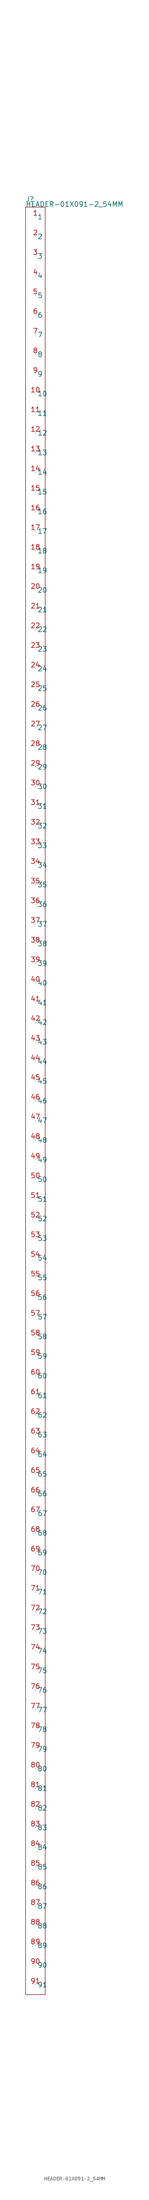
<source format=kicad_sym>
(kicad_symbol_lib
  (version 20211014)
  (generator kicad_symbol_editor)
  (symbol "HEADER-01X091-2_54MM"
    (pin_names)
    (property "Reference" "J"
      (at -2.54 232.41 0)
      (effects (font (size 1.27 1.27)) (justify left bottom)))
    (property "Value" "HEADER-01X091-2_54MM"
      (at -2.54 231.14 0)
      (effects (font (size 1.27 1.27)) (justify left bottom)))
    (property "Datasheet" ""
      (at 0 0 0))
    (property "ki_description" "Header 1x91  - Header Vertical 91POS 2.54MM Technical Specifications: Pitch: 0.1\" (2.54mm) "
      (at 0 0 0))
    (property "ki_fp_filters" "FlashPCB_Connectors:HEADER-THT-01X091-2_54MM FlashPCB_Connectors:HEADER-THT-LONG-01X091-2_54MM FlashPCB_Connectors:HEADER-THT-NOSILK-01X091-2_54MM FlashPCB_Connectors:HEADER-THT-LONG-NOSILK-01X091-2_54MM"
      (at 0 0 0))
    (symbol "HEADER-01X091-2_54MM_1_1"
      (polyline (pts (xy -2.54 231.14) (xy 2.54 231.14)) (stroke (width 0.127)) (fill (type none)))
      (polyline (pts (xy 2.54 231.14) (xy 2.54 -231.14)) (stroke (width 0.127)) (fill (type none)))
      (polyline (pts (xy 2.54 -231.14) (xy -2.54 -231.14)) (stroke (width 0.127)) (fill (type none)))
      (polyline (pts (xy -2.54 -231.14) (xy -2.54 231.14)) (stroke (width 0.127)) (fill (type none)))
      (pin bidirectional line (at 0 228.6 0) (length 0) (name "1" (effects (font (size 1.27 1.27)))) (number "1" (effects (font (size 1.27 1.27)))))
      (pin bidirectional line (at 0 223.52 0) (length 0) (name "2" (effects (font (size 1.27 1.27)))) (number "2" (effects (font (size 1.27 1.27)))))
      (pin bidirectional line (at 0 218.44 0) (length 0) (name "3" (effects (font (size 1.27 1.27)))) (number "3" (effects (font (size 1.27 1.27)))))
      (pin bidirectional line (at 0 213.36 0) (length 0) (name "4" (effects (font (size 1.27 1.27)))) (number "4" (effects (font (size 1.27 1.27)))))
      (pin bidirectional line (at 0 208.28 0) (length 0) (name "5" (effects (font (size 1.27 1.27)))) (number "5" (effects (font (size 1.27 1.27)))))
      (pin bidirectional line (at 0 203.2 0) (length 0) (name "6" (effects (font (size 1.27 1.27)))) (number "6" (effects (font (size 1.27 1.27)))))
      (pin bidirectional line (at 0 198.12 0) (length 0) (name "7" (effects (font (size 1.27 1.27)))) (number "7" (effects (font (size 1.27 1.27)))))
      (pin bidirectional line (at 0 193.04 0) (length 0) (name "8" (effects (font (size 1.27 1.27)))) (number "8" (effects (font (size 1.27 1.27)))))
      (pin bidirectional line (at 0 187.96 0) (length 0) (name "9" (effects (font (size 1.27 1.27)))) (number "9" (effects (font (size 1.27 1.27)))))
      (pin bidirectional line (at 0 182.88 0) (length 0) (name "10" (effects (font (size 1.27 1.27)))) (number "10" (effects (font (size 1.27 1.27)))))
      (pin bidirectional line (at 0 177.8 0) (length 0) (name "11" (effects (font (size 1.27 1.27)))) (number "11" (effects (font (size 1.27 1.27)))))
      (pin bidirectional line (at 0 172.72 0) (length 0) (name "12" (effects (font (size 1.27 1.27)))) (number "12" (effects (font (size 1.27 1.27)))))
      (pin bidirectional line (at 0 167.64 0) (length 0) (name "13" (effects (font (size 1.27 1.27)))) (number "13" (effects (font (size 1.27 1.27)))))
      (pin bidirectional line (at 0 162.56 0) (length 0) (name "14" (effects (font (size 1.27 1.27)))) (number "14" (effects (font (size 1.27 1.27)))))
      (pin bidirectional line (at 0 157.48 0) (length 0) (name "15" (effects (font (size 1.27 1.27)))) (number "15" (effects (font (size 1.27 1.27)))))
      (pin bidirectional line (at 0 152.4 0) (length 0) (name "16" (effects (font (size 1.27 1.27)))) (number "16" (effects (font (size 1.27 1.27)))))
      (pin bidirectional line (at 0 147.32 0) (length 0) (name "17" (effects (font (size 1.27 1.27)))) (number "17" (effects (font (size 1.27 1.27)))))
      (pin bidirectional line (at 0 142.24 0) (length 0) (name "18" (effects (font (size 1.27 1.27)))) (number "18" (effects (font (size 1.27 1.27)))))
      (pin bidirectional line (at 0 137.16 0) (length 0) (name "19" (effects (font (size 1.27 1.27)))) (number "19" (effects (font (size 1.27 1.27)))))
      (pin bidirectional line (at 0 132.08 0) (length 0) (name "20" (effects (font (size 1.27 1.27)))) (number "20" (effects (font (size 1.27 1.27)))))
      (pin bidirectional line (at 0 127 0) (length 0) (name "21" (effects (font (size 1.27 1.27)))) (number "21" (effects (font (size 1.27 1.27)))))
      (pin bidirectional line (at 0 121.92 0) (length 0) (name "22" (effects (font (size 1.27 1.27)))) (number "22" (effects (font (size 1.27 1.27)))))
      (pin bidirectional line (at 0 116.84 0) (length 0) (name "23" (effects (font (size 1.27 1.27)))) (number "23" (effects (font (size 1.27 1.27)))))
      (pin bidirectional line (at 0 111.76 0) (length 0) (name "24" (effects (font (size 1.27 1.27)))) (number "24" (effects (font (size 1.27 1.27)))))
      (pin bidirectional line (at 0 106.68 0) (length 0) (name "25" (effects (font (size 1.27 1.27)))) (number "25" (effects (font (size 1.27 1.27)))))
      (pin bidirectional line (at 0 101.6 0) (length 0) (name "26" (effects (font (size 1.27 1.27)))) (number "26" (effects (font (size 1.27 1.27)))))
      (pin bidirectional line (at 0 96.52 0) (length 0) (name "27" (effects (font (size 1.27 1.27)))) (number "27" (effects (font (size 1.27 1.27)))))
      (pin bidirectional line (at 0 91.44 0) (length 0) (name "28" (effects (font (size 1.27 1.27)))) (number "28" (effects (font (size 1.27 1.27)))))
      (pin bidirectional line (at 0 86.36 0) (length 0) (name "29" (effects (font (size 1.27 1.27)))) (number "29" (effects (font (size 1.27 1.27)))))
      (pin bidirectional line (at 0 81.28 0) (length 0) (name "30" (effects (font (size 1.27 1.27)))) (number "30" (effects (font (size 1.27 1.27)))))
      (pin bidirectional line (at 0 76.2 0) (length 0) (name "31" (effects (font (size 1.27 1.27)))) (number "31" (effects (font (size 1.27 1.27)))))
      (pin bidirectional line (at 0 71.12 0) (length 0) (name "32" (effects (font (size 1.27 1.27)))) (number "32" (effects (font (size 1.27 1.27)))))
      (pin bidirectional line (at 0 66.04 0) (length 0) (name "33" (effects (font (size 1.27 1.27)))) (number "33" (effects (font (size 1.27 1.27)))))
      (pin bidirectional line (at 0 60.96 0) (length 0) (name "34" (effects (font (size 1.27 1.27)))) (number "34" (effects (font (size 1.27 1.27)))))
      (pin bidirectional line (at 0 55.88 0) (length 0) (name "35" (effects (font (size 1.27 1.27)))) (number "35" (effects (font (size 1.27 1.27)))))
      (pin bidirectional line (at 0 50.8 0) (length 0) (name "36" (effects (font (size 1.27 1.27)))) (number "36" (effects (font (size 1.27 1.27)))))
      (pin bidirectional line (at 0 45.72 0) (length 0) (name "37" (effects (font (size 1.27 1.27)))) (number "37" (effects (font (size 1.27 1.27)))))
      (pin bidirectional line (at 0 40.64 0) (length 0) (name "38" (effects (font (size 1.27 1.27)))) (number "38" (effects (font (size 1.27 1.27)))))
      (pin bidirectional line (at 0 35.56 0) (length 0) (name "39" (effects (font (size 1.27 1.27)))) (number "39" (effects (font (size 1.27 1.27)))))
      (pin bidirectional line (at 0 30.48 0) (length 0) (name "40" (effects (font (size 1.27 1.27)))) (number "40" (effects (font (size 1.27 1.27)))))
      (pin bidirectional line (at 0 25.4 0) (length 0) (name "41" (effects (font (size 1.27 1.27)))) (number "41" (effects (font (size 1.27 1.27)))))
      (pin bidirectional line (at 0 20.32 0) (length 0) (name "42" (effects (font (size 1.27 1.27)))) (number "42" (effects (font (size 1.27 1.27)))))
      (pin bidirectional line (at 0 15.24 0) (length 0) (name "43" (effects (font (size 1.27 1.27)))) (number "43" (effects (font (size 1.27 1.27)))))
      (pin bidirectional line (at 0 10.16 0) (length 0) (name "44" (effects (font (size 1.27 1.27)))) (number "44" (effects (font (size 1.27 1.27)))))
      (pin bidirectional line (at 0 5.08 0) (length 0) (name "45" (effects (font (size 1.27 1.27)))) (number "45" (effects (font (size 1.27 1.27)))))
      (pin bidirectional line (at 0 0 0) (length 0) (name "46" (effects (font (size 1.27 1.27)))) (number "46" (effects (font (size 1.27 1.27)))))
      (pin bidirectional line (at 0 -5.08 0) (length 0) (name "47" (effects (font (size 1.27 1.27)))) (number "47" (effects (font (size 1.27 1.27)))))
      (pin bidirectional line (at 0 -10.16 0) (length 0) (name "48" (effects (font (size 1.27 1.27)))) (number "48" (effects (font (size 1.27 1.27)))))
      (pin bidirectional line (at 0 -15.24 0) (length 0) (name "49" (effects (font (size 1.27 1.27)))) (number "49" (effects (font (size 1.27 1.27)))))
      (pin bidirectional line (at 0 -20.32 0) (length 0) (name "50" (effects (font (size 1.27 1.27)))) (number "50" (effects (font (size 1.27 1.27)))))
      (pin bidirectional line (at 0 -25.4 0) (length 0) (name "51" (effects (font (size 1.27 1.27)))) (number "51" (effects (font (size 1.27 1.27)))))
      (pin bidirectional line (at 0 -30.48 0) (length 0) (name "52" (effects (font (size 1.27 1.27)))) (number "52" (effects (font (size 1.27 1.27)))))
      (pin bidirectional line (at 0 -35.56 0) (length 0) (name "53" (effects (font (size 1.27 1.27)))) (number "53" (effects (font (size 1.27 1.27)))))
      (pin bidirectional line (at 0 -40.64 0) (length 0) (name "54" (effects (font (size 1.27 1.27)))) (number "54" (effects (font (size 1.27 1.27)))))
      (pin bidirectional line (at 0 -45.72 0) (length 0) (name "55" (effects (font (size 1.27 1.27)))) (number "55" (effects (font (size 1.27 1.27)))))
      (pin bidirectional line (at 0 -50.8 0) (length 0) (name "56" (effects (font (size 1.27 1.27)))) (number "56" (effects (font (size 1.27 1.27)))))
      (pin bidirectional line (at 0 -55.88 0) (length 0) (name "57" (effects (font (size 1.27 1.27)))) (number "57" (effects (font (size 1.27 1.27)))))
      (pin bidirectional line (at 0 -60.96 0) (length 0) (name "58" (effects (font (size 1.27 1.27)))) (number "58" (effects (font (size 1.27 1.27)))))
      (pin bidirectional line (at 0 -66.04 0) (length 0) (name "59" (effects (font (size 1.27 1.27)))) (number "59" (effects (font (size 1.27 1.27)))))
      (pin bidirectional line (at 0 -71.12 0) (length 0) (name "60" (effects (font (size 1.27 1.27)))) (number "60" (effects (font (size 1.27 1.27)))))
      (pin bidirectional line (at 0 -76.2 0) (length 0) (name "61" (effects (font (size 1.27 1.27)))) (number "61" (effects (font (size 1.27 1.27)))))
      (pin bidirectional line (at 0 -81.28 0) (length 0) (name "62" (effects (font (size 1.27 1.27)))) (number "62" (effects (font (size 1.27 1.27)))))
      (pin bidirectional line (at 0 -86.36 0) (length 0) (name "63" (effects (font (size 1.27 1.27)))) (number "63" (effects (font (size 1.27 1.27)))))
      (pin bidirectional line (at 0 -91.44 0) (length 0) (name "64" (effects (font (size 1.27 1.27)))) (number "64" (effects (font (size 1.27 1.27)))))
      (pin bidirectional line (at 0 -96.52 0) (length 0) (name "65" (effects (font (size 1.27 1.27)))) (number "65" (effects (font (size 1.27 1.27)))))
      (pin bidirectional line (at 0 -101.6 0) (length 0) (name "66" (effects (font (size 1.27 1.27)))) (number "66" (effects (font (size 1.27 1.27)))))
      (pin bidirectional line (at 0 -106.68 0) (length 0) (name "67" (effects (font (size 1.27 1.27)))) (number "67" (effects (font (size 1.27 1.27)))))
      (pin bidirectional line (at 0 -111.76 0) (length 0) (name "68" (effects (font (size 1.27 1.27)))) (number "68" (effects (font (size 1.27 1.27)))))
      (pin bidirectional line (at 0 -116.84 0) (length 0) (name "69" (effects (font (size 1.27 1.27)))) (number "69" (effects (font (size 1.27 1.27)))))
      (pin bidirectional line (at 0 -121.92 0) (length 0) (name "70" (effects (font (size 1.27 1.27)))) (number "70" (effects (font (size 1.27 1.27)))))
      (pin bidirectional line (at 0 -127 0) (length 0) (name "71" (effects (font (size 1.27 1.27)))) (number "71" (effects (font (size 1.27 1.27)))))
      (pin bidirectional line (at 0 -132.08 0) (length 0) (name "72" (effects (font (size 1.27 1.27)))) (number "72" (effects (font (size 1.27 1.27)))))
      (pin bidirectional line (at 0 -137.16 0) (length 0) (name "73" (effects (font (size 1.27 1.27)))) (number "73" (effects (font (size 1.27 1.27)))))
      (pin bidirectional line (at 0 -142.24 0) (length 0) (name "74" (effects (font (size 1.27 1.27)))) (number "74" (effects (font (size 1.27 1.27)))))
      (pin bidirectional line (at 0 -147.32 0) (length 0) (name "75" (effects (font (size 1.27 1.27)))) (number "75" (effects (font (size 1.27 1.27)))))
      (pin bidirectional line (at 0 -152.4 0) (length 0) (name "76" (effects (font (size 1.27 1.27)))) (number "76" (effects (font (size 1.27 1.27)))))
      (pin bidirectional line (at 0 -157.48 0) (length 0) (name "77" (effects (font (size 1.27 1.27)))) (number "77" (effects (font (size 1.27 1.27)))))
      (pin bidirectional line (at 0 -162.56 0) (length 0) (name "78" (effects (font (size 1.27 1.27)))) (number "78" (effects (font (size 1.27 1.27)))))
      (pin bidirectional line (at 0 -167.64 0) (length 0) (name "79" (effects (font (size 1.27 1.27)))) (number "79" (effects (font (size 1.27 1.27)))))
      (pin bidirectional line (at 0 -172.72 0) (length 0) (name "80" (effects (font (size 1.27 1.27)))) (number "80" (effects (font (size 1.27 1.27)))))
      (pin bidirectional line (at 0 -177.8 0) (length 0) (name "81" (effects (font (size 1.27 1.27)))) (number "81" (effects (font (size 1.27 1.27)))))
      (pin bidirectional line (at 0 -182.88 0) (length 0) (name "82" (effects (font (size 1.27 1.27)))) (number "82" (effects (font (size 1.27 1.27)))))
      (pin bidirectional line (at 0 -187.96 0) (length 0) (name "83" (effects (font (size 1.27 1.27)))) (number "83" (effects (font (size 1.27 1.27)))))
      (pin bidirectional line (at 0 -193.04 0) (length 0) (name "84" (effects (font (size 1.27 1.27)))) (number "84" (effects (font (size 1.27 1.27)))))
      (pin bidirectional line (at 0 -198.12 0) (length 0) (name "85" (effects (font (size 1.27 1.27)))) (number "85" (effects (font (size 1.27 1.27)))))
      (pin bidirectional line (at 0 -203.2 0) (length 0) (name "86" (effects (font (size 1.27 1.27)))) (number "86" (effects (font (size 1.27 1.27)))))
      (pin bidirectional line (at 0 -208.28 0) (length 0) (name "87" (effects (font (size 1.27 1.27)))) (number "87" (effects (font (size 1.27 1.27)))))
      (pin bidirectional line (at 0 -213.36 0) (length 0) (name "88" (effects (font (size 1.27 1.27)))) (number "88" (effects (font (size 1.27 1.27)))))
      (pin bidirectional line (at 0 -218.44 0) (length 0) (name "89" (effects (font (size 1.27 1.27)))) (number "89" (effects (font (size 1.27 1.27)))))
      (pin bidirectional line (at 0 -223.52 0) (length 0) (name "90" (effects (font (size 1.27 1.27)))) (number "90" (effects (font (size 1.27 1.27)))))
      (pin bidirectional line (at 0 -228.6 0) (length 0) (name "91" (effects (font (size 1.27 1.27)))) (number "91" (effects (font (size 1.27 1.27))))))))
</source>
